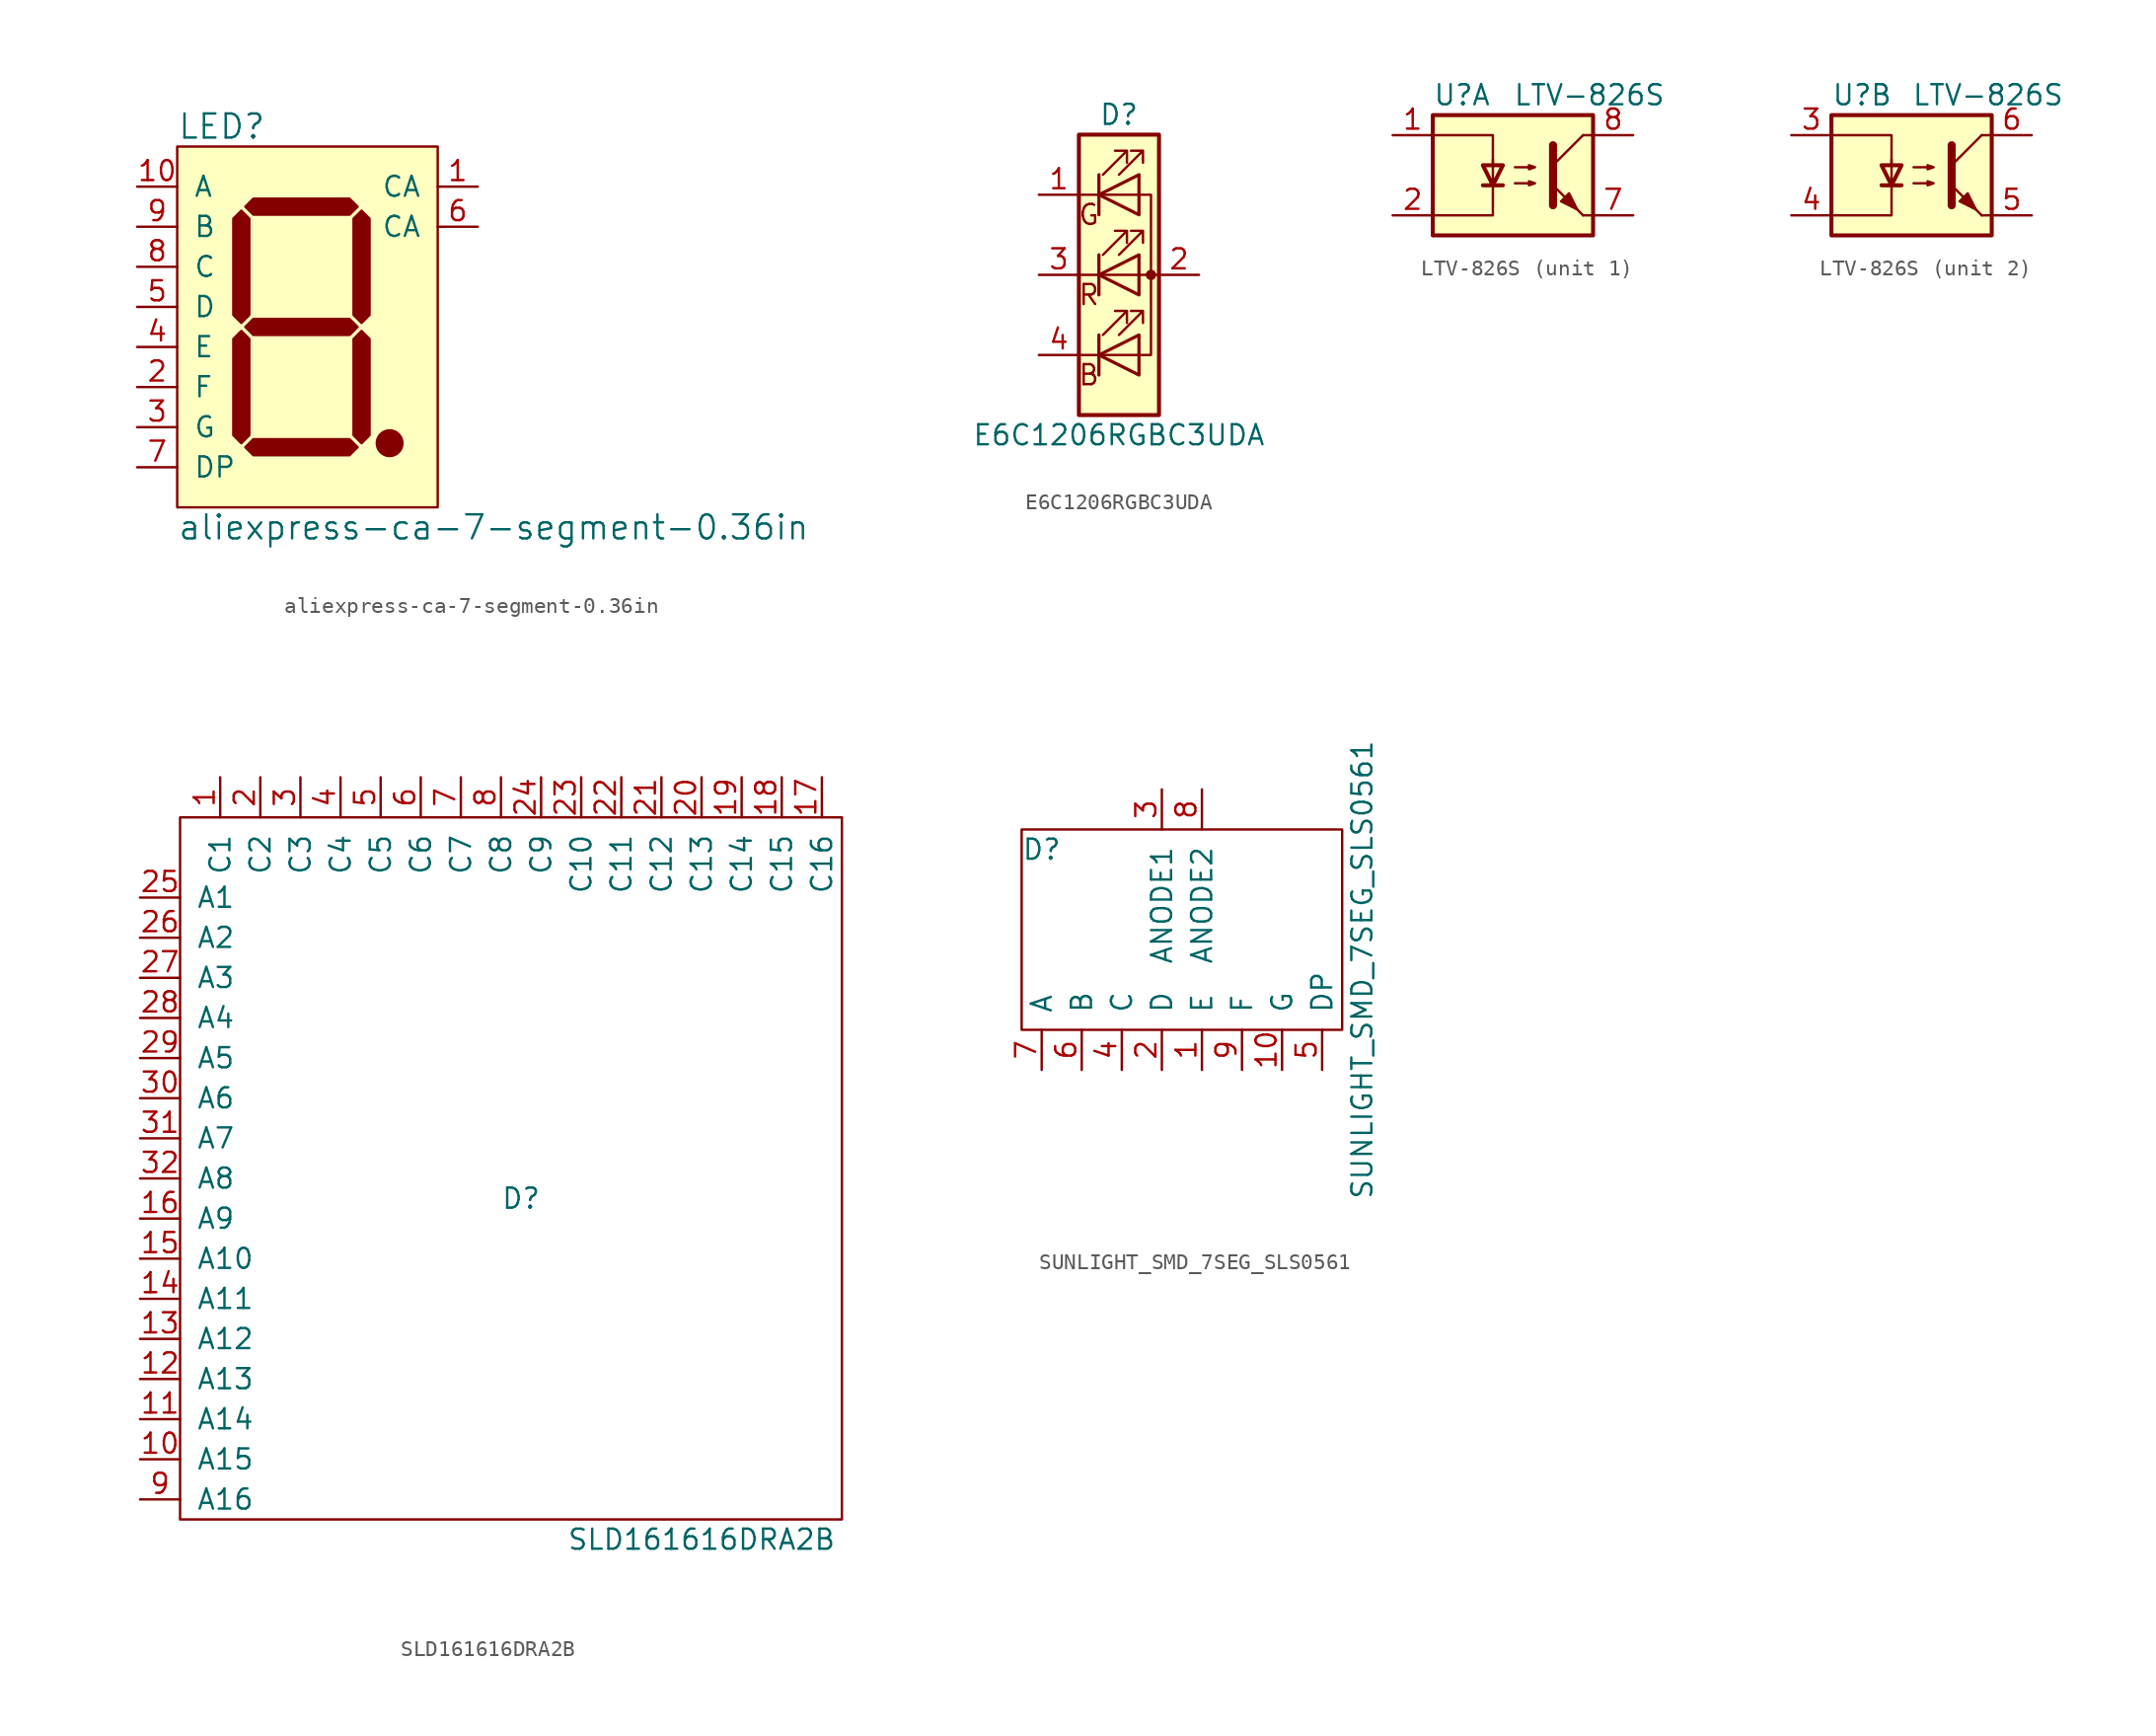
<source format=kicad_sym>
(kicad_symbol_lib
  (version 20211014)
  (generator kicad_symbol_editor)
  (symbol "aliexpress-ca-7-segment-0.36in"
    (pin_names
      (offset 1.016))
    (property "Reference" "LED"
      (at -7.62 12.7 0)
      (effects (font (size 1.524 1.524)) (justify left)))
    (property "Value" "aliexpress-ca-7-segment-0.36in"
      (at -7.62 -12.7 0)
      (effects (font (size 1.524 1.524)) (justify left)))
    (property "Footprint" ""
      (at 7.62 -8.89 0)
      (effects (font (size 1.524 1.524))))
    (property "Datasheet" ""
      (at 7.62 -8.89 0)
      (effects (font (size 1.524 1.524))))
    (symbol "aliexpress-ca-7-segment-0.36in_0_1"
      (rectangle (start -7.62 11.43) (end 8.89 -11.43) (stroke (width 0) (type default) (color 0 0 0 0)) (fill (type background)))
      (polyline (pts (xy -3.556 -0.254) (xy -4.064 -0.762) (xy -4.064 -6.858) (xy -3.556 -7.366) (xy -3.048 -6.858) (xy -3.048 -0.762) (xy -3.556 -0.254)) (stroke (width 0) (type default) (color 0 0 0 0)) (fill (type outline)))
      (polyline (pts (xy -3.556 0.254) (xy -4.064 0.762) (xy -4.064 6.858) (xy -3.556 7.366) (xy -3.048 6.858) (xy -3.048 0.762) (xy -3.556 0.254)) (stroke (width 0) (type default) (color 0 0 0 0)) (fill (type outline)))
      (polyline (pts (xy -3.302 -7.62) (xy -2.794 -7.112) (xy 3.302 -7.112) (xy 3.81 -7.62) (xy 3.302 -8.128) (xy -2.794 -8.128) (xy -3.302 -7.62)) (stroke (width 0) (type default) (color 0 0 0 0)) (fill (type outline)))
      (polyline (pts (xy -3.302 0) (xy -2.794 0.508) (xy 3.302 0.508) (xy 3.81 0) (xy 3.302 -0.508) (xy -2.794 -0.508) (xy -3.302 0)) (stroke (width 0) (type default) (color 0 0 0 0)) (fill (type outline)))
      (polyline (pts (xy 3.81 7.62) (xy 3.302 7.112) (xy -2.794 7.112) (xy -3.302 7.62) (xy -2.794 8.128) (xy 3.302 8.128) (xy 3.81 7.62)) (stroke (width 0) (type default) (color 0 0 0 0)) (fill (type outline)))
      (polyline (pts (xy 4.064 0.254) (xy 3.556 0.762) (xy 3.556 6.858) (xy 4.064 7.366) (xy 4.572 6.858) (xy 4.572 0.762) (xy 4.064 0.254)) (stroke (width 0) (type default) (color 0 0 0 0)) (fill (type outline)))
      (polyline (pts (xy 3.556 -6.858) (xy 4.064 -7.366) (xy 4.572 -6.858) (xy 4.572 -1.016) (xy 4.572 -0.762) (xy 4.064 -0.254) (xy 3.556 -0.762) (xy 3.556 -6.858)) (stroke (width 0) (type default) (color 0 0 0 0)) (fill (type outline)))
      (circle (center 5.842 -7.366) (radius 0.813) (stroke (width 0) (type default) (color 0 0 0 0)) (fill (type outline))))
    (symbol "aliexpress-ca-7-segment-0.36in_1_1"
      (pin passive line (at 11.43 8.89 180) (length 2.54) (name "CA" (effects (font (size 1.27 1.27)))) (number "1" (effects (font (size 1.27 1.27)))))
      (pin passive line (at -10.16 8.89 0) (length 2.54) (name "A" (effects (font (size 1.27 1.27)))) (number "10" (effects (font (size 1.27 1.27)))))
      (pin passive line (at -10.16 -3.81 0) (length 2.54) (name "F" (effects (font (size 1.27 1.27)))) (number "2" (effects (font (size 1.27 1.27)))))
      (pin passive line (at -10.16 -6.35 0) (length 2.54) (name "G" (effects (font (size 1.27 1.27)))) (number "3" (effects (font (size 1.27 1.27)))))
      (pin passive line (at -10.16 -1.27 0) (length 2.54) (name "E" (effects (font (size 1.27 1.27)))) (number "4" (effects (font (size 1.27 1.27)))))
      (pin passive line (at -10.16 1.27 0) (length 2.54) (name "D" (effects (font (size 1.27 1.27)))) (number "5" (effects (font (size 1.27 1.27)))))
      (pin passive line (at 11.43 6.35 180) (length 2.54) (name "CA" (effects (font (size 1.27 1.27)))) (number "6" (effects (font (size 1.27 1.27)))))
      (pin passive line (at -10.16 -8.89 0) (length 2.54) (name "DP" (effects (font (size 1.27 1.27)))) (number "7" (effects (font (size 1.27 1.27)))))
      (pin passive line (at -10.16 3.81 0) (length 2.54) (name "C" (effects (font (size 1.27 1.27)))) (number "8" (effects (font (size 1.27 1.27)))))
      (pin passive line (at -10.16 6.35 0) (length 2.54) (name "B" (effects (font (size 1.27 1.27)))) (number "9" (effects (font (size 1.27 1.27)))))))
  (symbol "E6C1206RGBC3UDA"
    (pin_names
      (offset 0) hide)
    (property "Reference" "D"
      (at 0 10.16 0)
      (effects (font (size 1.27 1.27))))
    (property "Value" "E6C1206RGBC3UDA"
      (at 0 -10.16 0)
      (effects (font (size 1.27 1.27))))
    (symbol "E6C1206RGBC3UDA_0_0"
      (text "B" (at -1.905 -6.35 0) (effects (font (size 1.27 1.27))))
      (text "G" (at -1.905 3.81 0) (effects (font (size 1.27 1.27))))
      (text "R" (at -1.905 -1.27 0) (effects (font (size 1.27 1.27)))))
    (symbol "E6C1206RGBC3UDA_0_1"
      (rectangle (start -2.54 -8.89) (end 2.54 8.89) (stroke (width 0.254) (type default) (color 0 0 0 0)) (fill (type background)))
      (polyline (pts (xy -2.54 -5.08) (xy 1.27 -5.08)) (stroke (width 0) (type default) (color 0 0 0 0)) (fill (type none)))
      (polyline (pts (xy -1.27 -3.81) (xy -1.27 -6.35)) (stroke (width 0.203) (type default) (color 0 0 0 0)) (fill (type none)))
      (polyline (pts (xy -1.27 1.27) (xy -1.27 -1.27)) (stroke (width 0.203) (type default) (color 0 0 0 0)) (fill (type none)))
      (polyline (pts (xy -1.27 6.35) (xy -1.27 3.81)) (stroke (width 0.203) (type default) (color 0 0 0 0)) (fill (type none)))
      (polyline (pts (xy 1.27 5.08) (xy -2.54 5.08)) (stroke (width 0) (type default) (color 0 0 0 0)) (fill (type none)))
      (polyline (pts (xy 2.54 0) (xy -2.54 0)) (stroke (width 0) (type default) (color 0 0 0 0)) (fill (type none)))
      (polyline (pts (xy 1.27 -5.08) (xy 2.032 -5.08) (xy 2.032 5.08) (xy 1.27 5.08)) (stroke (width 0) (type default) (color 0 0 0 0)) (fill (type none)))
      (polyline (pts (xy 1.27 -3.81) (xy 1.27 -6.35) (xy -1.27 -5.08) (xy 1.27 -3.81)) (stroke (width 0.203) (type default) (color 0 0 0 0)) (fill (type none)))
      (polyline (pts (xy 1.27 1.27) (xy 1.27 -1.27) (xy -1.27 0) (xy 1.27 1.27)) (stroke (width 0.203) (type default) (color 0 0 0 0)) (fill (type none)))
      (polyline (pts (xy 1.27 6.35) (xy 1.27 3.81) (xy -1.27 5.08) (xy 1.27 6.35)) (stroke (width 0.203) (type default) (color 0 0 0 0)) (fill (type none)))
      (polyline (pts (xy -1.016 -3.81) (xy 0.508 -2.286) (xy -0.254 -2.286) (xy 0.508 -2.286) (xy 0.508 -3.048)) (stroke (width 0) (type default) (color 0 0 0 0)) (fill (type none)))
      (polyline (pts (xy -1.016 1.27) (xy 0.508 2.794) (xy -0.254 2.794) (xy 0.508 2.794) (xy 0.508 2.032)) (stroke (width 0) (type default) (color 0 0 0 0)) (fill (type none)))
      (polyline (pts (xy -1.016 6.35) (xy 0.508 7.874) (xy -0.254 7.874) (xy 0.508 7.874) (xy 0.508 7.112)) (stroke (width 0) (type default) (color 0 0 0 0)) (fill (type none)))
      (polyline (pts (xy 0 -3.81) (xy 1.524 -2.286) (xy 0.762 -2.286) (xy 1.524 -2.286) (xy 1.524 -3.048)) (stroke (width 0) (type default) (color 0 0 0 0)) (fill (type none)))
      (polyline (pts (xy 0 1.27) (xy 1.524 2.794) (xy 0.762 2.794) (xy 1.524 2.794) (xy 1.524 2.032)) (stroke (width 0) (type default) (color 0 0 0 0)) (fill (type none)))
      (polyline (pts (xy 0 6.35) (xy 1.524 7.874) (xy 0.762 7.874) (xy 1.524 7.874) (xy 1.524 7.112)) (stroke (width 0) (type default) (color 0 0 0 0)) (fill (type none)))
      (rectangle (start 1.27 6.35) (end 1.27 6.35) (stroke (width 0) (type default) (color 0 0 0 0)) (fill (type none)))
      (circle (center 2.032 0) (radius 0.254) (stroke (width 0) (type default) (color 0 0 0 0)) (fill (type outline))))
    (symbol "E6C1206RGBC3UDA_1_1"
      (pin input line (at -5.08 5.08 0) (length 2.54) (name "G" (effects (font (size 1.27 1.27)))) (number "1" (effects (font (size 1.27 1.27)))))
      (pin power_in line (at 5.08 0 180) (length 2.54) (name "A" (effects (font (size 1.27 1.27)))) (number "2" (effects (font (size 1.27 1.27)))))
      (pin input line (at -5.08 0 0) (length 2.54) (name "R" (effects (font (size 1.27 1.27)))) (number "3" (effects (font (size 1.27 1.27)))))
      (pin input line (at -5.08 -5.08 0) (length 2.54) (name "B" (effects (font (size 1.27 1.27)))) (number "4" (effects (font (size 1.27 1.27)))))))
  (symbol "LTV-826S"
    (pin_names
      (offset 1.016))
    (property "Reference" "U"
      (at -5.08 5.08 0)
      (effects (font (size 1.27 1.27)) (justify left)))
    (property "Value" "LTV-826S"
      (at 0 5.08 0)
      (effects (font (size 1.27 1.27)) (justify left)))
    (symbol "LTV-826S_0_1"
      (rectangle (start -5.08 3.81) (end 5.08 -3.81) (stroke (width 0.254) (type default) (color 0 0 0 0)) (fill (type background)))
      (polyline (pts (xy -1.905 -0.635) (xy -0.635 -0.635)) (stroke (width 0.254) (type default) (color 0 0 0 0)) (fill (type none)))
      (polyline (pts (xy 2.54 0.635) (xy 4.445 2.54)) (stroke (width 0) (type default) (color 0 0 0 0)) (fill (type none)))
      (polyline (pts (xy 4.445 -2.54) (xy 2.54 -0.635)) (stroke (width 0) (type default) (color 0 0 0 0)) (fill (type outline)))
      (polyline (pts (xy 4.445 -2.54) (xy 5.08 -2.54)) (stroke (width 0) (type default) (color 0 0 0 0)) (fill (type none)))
      (polyline (pts (xy 4.445 2.54) (xy 5.08 2.54)) (stroke (width 0) (type default) (color 0 0 0 0)) (fill (type none)))
      (polyline (pts (xy -5.08 2.54) (xy -1.27 2.54) (xy -1.27 0.635)) (stroke (width 0) (type default) (color 0 0 0 0)) (fill (type none)))
      (polyline (pts (xy -1.27 1.016) (xy -1.27 -2.54) (xy -5.08 -2.54)) (stroke (width 0) (type default) (color 0 0 0 0)) (fill (type none)))
      (polyline (pts (xy 2.54 1.905) (xy 2.54 -1.905) (xy 2.54 -1.905)) (stroke (width 0.508) (type default) (color 0 0 0 0)) (fill (type none)))
      (polyline (pts (xy -1.27 -0.635) (xy -1.905 0.635) (xy -0.635 0.635) (xy -1.27 -0.635)) (stroke (width 0.254) (type default) (color 0 0 0 0)) (fill (type none)))
      (polyline (pts (xy 0.127 -0.508) (xy 1.397 -0.508) (xy 1.016 -0.635) (xy 1.016 -0.381) (xy 1.397 -0.508)) (stroke (width 0) (type default) (color 0 0 0 0)) (fill (type none)))
      (polyline (pts (xy 0.127 0.508) (xy 1.397 0.508) (xy 1.016 0.381) (xy 1.016 0.635) (xy 1.397 0.508)) (stroke (width 0) (type default) (color 0 0 0 0)) (fill (type none)))
      (polyline (pts (xy 3.048 -1.651) (xy 3.556 -1.143) (xy 4.064 -2.159) (xy 3.048 -1.651) (xy 3.048 -1.651)) (stroke (width 0) (type default) (color 0 0 0 0)) (fill (type outline))))
    (symbol "LTV-826S_1_1"
      (pin passive line (at -7.62 2.54 0) (length 2.54) (name "~" (effects (font (size 1.27 1.27)))) (number "1" (effects (font (size 1.27 1.27)))))
      (pin passive line (at -7.62 -2.54 0) (length 2.54) (name "~" (effects (font (size 1.27 1.27)))) (number "2" (effects (font (size 1.27 1.27)))))
      (pin passive line (at 7.62 -2.54 180) (length 2.54) (name "~" (effects (font (size 1.27 1.27)))) (number "7" (effects (font (size 1.27 1.27)))))
      (pin passive line (at 7.62 2.54 180) (length 2.54) (name "~" (effects (font (size 1.27 1.27)))) (number "8" (effects (font (size 1.27 1.27))))))
    (symbol "LTV-826S_2_1"
      (pin passive line (at -7.62 2.54 0) (length 2.54) (name "~" (effects (font (size 1.27 1.27)))) (number "3" (effects (font (size 1.27 1.27)))))
      (pin passive line (at -7.62 -2.54 0) (length 2.54) (name "~" (effects (font (size 1.27 1.27)))) (number "4" (effects (font (size 1.27 1.27)))))
      (pin passive line (at 7.62 -2.54 180) (length 2.54) (name "~" (effects (font (size 1.27 1.27)))) (number "5" (effects (font (size 1.27 1.27)))))
      (pin passive line (at 7.62 2.54 180) (length 2.54) (name "~" (effects (font (size 1.27 1.27)))) (number "6" (effects (font (size 1.27 1.27)))))))
  (symbol "SLD161616DRA2B"
    (pin_names
      (offset 1.016))
    (property "Reference" "D"
      (at 0 0 0)
      (effects (font (size 1.27 1.27))))
    (property "Value" "SLD161616DRA2B"
      (at 11.43 -21.59 0)
      (effects (font (size 1.27 1.27))))
    (symbol "SLD161616DRA2B_0_0"
      (pin input line (at -24.13 -16.51 0) (length 2.54) (name "A15" (effects (font (size 1.27 1.27)))) (number "10" (effects (font (size 1.27 1.27)))))
      (pin input line (at -24.13 -13.97 0) (length 2.54) (name "A14" (effects (font (size 1.27 1.27)))) (number "11" (effects (font (size 1.27 1.27)))))
      (pin input line (at -24.13 -11.43 0) (length 2.54) (name "A13" (effects (font (size 1.27 1.27)))) (number "12" (effects (font (size 1.27 1.27)))))
      (pin input line (at -24.13 -8.89 0) (length 2.54) (name "A12" (effects (font (size 1.27 1.27)))) (number "13" (effects (font (size 1.27 1.27)))))
      (pin input line (at -24.13 -6.35 0) (length 2.54) (name "A11" (effects (font (size 1.27 1.27)))) (number "14" (effects (font (size 1.27 1.27)))))
      (pin input line (at -24.13 -3.81 0) (length 2.54) (name "A10" (effects (font (size 1.27 1.27)))) (number "15" (effects (font (size 1.27 1.27)))))
      (pin input line (at -24.13 -1.27 0) (length 2.54) (name "A9" (effects (font (size 1.27 1.27)))) (number "16" (effects (font (size 1.27 1.27)))))
      (pin output line (at 19.05 26.67 270) (length 2.54) (name "C16" (effects (font (size 1.27 1.27)))) (number "17" (effects (font (size 1.27 1.27)))))
      (pin output line (at 16.51 26.67 270) (length 2.54) (name "C15" (effects (font (size 1.27 1.27)))) (number "18" (effects (font (size 1.27 1.27)))))
      (pin output line (at 13.97 26.67 270) (length 2.54) (name "C14" (effects (font (size 1.27 1.27)))) (number "19" (effects (font (size 1.27 1.27)))))
      (pin output line (at -16.51 26.67 270) (length 2.54) (name "C2" (effects (font (size 1.27 1.27)))) (number "2" (effects (font (size 1.27 1.27)))))
      (pin output line (at 11.43 26.67 270) (length 2.54) (name "C13" (effects (font (size 1.27 1.27)))) (number "20" (effects (font (size 1.27 1.27)))))
      (pin output line (at 8.89 26.67 270) (length 2.54) (name "C12" (effects (font (size 1.27 1.27)))) (number "21" (effects (font (size 1.27 1.27)))))
      (pin output line (at 6.35 26.67 270) (length 2.54) (name "C11" (effects (font (size 1.27 1.27)))) (number "22" (effects (font (size 1.27 1.27)))))
      (pin output line (at 3.81 26.67 270) (length 2.54) (name "C10" (effects (font (size 1.27 1.27)))) (number "23" (effects (font (size 1.27 1.27)))))
      (pin output line (at 1.27 26.67 270) (length 2.54) (name "C9" (effects (font (size 1.27 1.27)))) (number "24" (effects (font (size 1.27 1.27)))))
      (pin input line (at -24.13 16.51 0) (length 2.54) (name "A2" (effects (font (size 1.27 1.27)))) (number "26" (effects (font (size 1.27 1.27)))))
      (pin input line (at -24.13 13.97 0) (length 2.54) (name "A3" (effects (font (size 1.27 1.27)))) (number "27" (effects (font (size 1.27 1.27)))))
      (pin input line (at -24.13 11.43 0) (length 2.54) (name "A4" (effects (font (size 1.27 1.27)))) (number "28" (effects (font (size 1.27 1.27)))))
      (pin input line (at -24.13 8.89 0) (length 2.54) (name "A5" (effects (font (size 1.27 1.27)))) (number "29" (effects (font (size 1.27 1.27)))))
      (pin output line (at -13.97 26.67 270) (length 2.54) (name "C3" (effects (font (size 1.27 1.27)))) (number "3" (effects (font (size 1.27 1.27)))))
      (pin input line (at -24.13 6.35 0) (length 2.54) (name "A6" (effects (font (size 1.27 1.27)))) (number "30" (effects (font (size 1.27 1.27)))))
      (pin input line (at -24.13 3.81 0) (length 2.54) (name "A7" (effects (font (size 1.27 1.27)))) (number "31" (effects (font (size 1.27 1.27)))))
      (pin input line (at -24.13 1.27 0) (length 2.54) (name "A8" (effects (font (size 1.27 1.27)))) (number "32" (effects (font (size 1.27 1.27)))))
      (pin output line (at -11.43 26.67 270) (length 2.54) (name "C4" (effects (font (size 1.27 1.27)))) (number "4" (effects (font (size 1.27 1.27)))))
      (pin output line (at -8.89 26.67 270) (length 2.54) (name "C5" (effects (font (size 1.27 1.27)))) (number "5" (effects (font (size 1.27 1.27)))))
      (pin output line (at -6.35 26.67 270) (length 2.54) (name "C6" (effects (font (size 1.27 1.27)))) (number "6" (effects (font (size 1.27 1.27)))))
      (pin output line (at -3.81 26.67 270) (length 2.54) (name "C7" (effects (font (size 1.27 1.27)))) (number "7" (effects (font (size 1.27 1.27)))))
      (pin output line (at -1.27 26.67 270) (length 2.54) (name "C8" (effects (font (size 1.27 1.27)))) (number "8" (effects (font (size 1.27 1.27)))))
      (pin input line (at -24.13 -19.05 0) (length 2.54) (name "A16" (effects (font (size 1.27 1.27)))) (number "9" (effects (font (size 1.27 1.27))))))
    (symbol "SLD161616DRA2B_0_1"
      (rectangle (start -21.59 24.13) (end 20.32 -20.32) (stroke (width 0) (type default) (color 0 0 0 0)) (fill (type none))))
    (symbol "SLD161616DRA2B_1_1"
      (pin output line (at -19.05 26.67 270) (length 2.54) (name "C1" (effects (font (size 1.27 1.27)))) (number "1" (effects (font (size 1.27 1.27)))))
      (pin input line (at -24.13 19.05 0) (length 2.54) (name "A1" (effects (font (size 1.27 1.27)))) (number "25" (effects (font (size 1.27 1.27)))))))
  (symbol "SUNLIGHT_SMD_7SEG_SLS0561"
    (pin_names
      (offset 1.016))
    (property "Reference" "D"
      (at -8.89 5.08 0)
      (effects (font (size 1.27 1.27))))
    (property "Value" "SUNLIGHT_SMD_7SEG_SLS0561"
      (at 11.43 -2.54 90)
      (effects (font (size 1.27 1.27))))
    (symbol "SUNLIGHT_SMD_7SEG_SLS0561_0_1"
      (rectangle (start -10.16 6.35) (end 10.16 -6.35) (stroke (width 0) (type default) (color 0 0 0 0)) (fill (type none))))
    (symbol "SUNLIGHT_SMD_7SEG_SLS0561_1_1"
      (pin input line (at 1.27 -8.89 90) (length 2.54) (name "E" (effects (font (size 1.27 1.27)))) (number "1" (effects (font (size 1.27 1.27)))))
      (pin input line (at 6.35 -8.89 90) (length 2.54) (name "G" (effects (font (size 1.27 1.27)))) (number "10" (effects (font (size 1.27 1.27)))))
      (pin input line (at -1.27 -8.89 90) (length 2.54) (name "D" (effects (font (size 1.27 1.27)))) (number "2" (effects (font (size 1.27 1.27)))))
      (pin input line (at -1.27 8.89 270) (length 2.54) (name "ANODE1" (effects (font (size 1.27 1.27)))) (number "3" (effects (font (size 1.27 1.27)))))
      (pin input line (at -3.81 -8.89 90) (length 2.54) (name "C" (effects (font (size 1.27 1.27)))) (number "4" (effects (font (size 1.27 1.27)))))
      (pin input line (at 8.89 -8.89 90) (length 2.54) (name "DP" (effects (font (size 1.27 1.27)))) (number "5" (effects (font (size 1.27 1.27)))))
      (pin input line (at -6.35 -8.89 90) (length 2.54) (name "B" (effects (font (size 1.27 1.27)))) (number "6" (effects (font (size 1.27 1.27)))))
      (pin input line (at -8.89 -8.89 90) (length 2.54) (name "A" (effects (font (size 1.27 1.27)))) (number "7" (effects (font (size 1.27 1.27)))))
      (pin input line (at 1.27 8.89 270) (length 2.54) (name "ANODE2" (effects (font (size 1.27 1.27)))) (number "8" (effects (font (size 1.27 1.27)))))
      (pin input line (at 3.81 -8.89 90) (length 2.54) (name "F" (effects (font (size 1.27 1.27)))) (number "9" (effects (font (size 1.27 1.27))))))))
</source>
